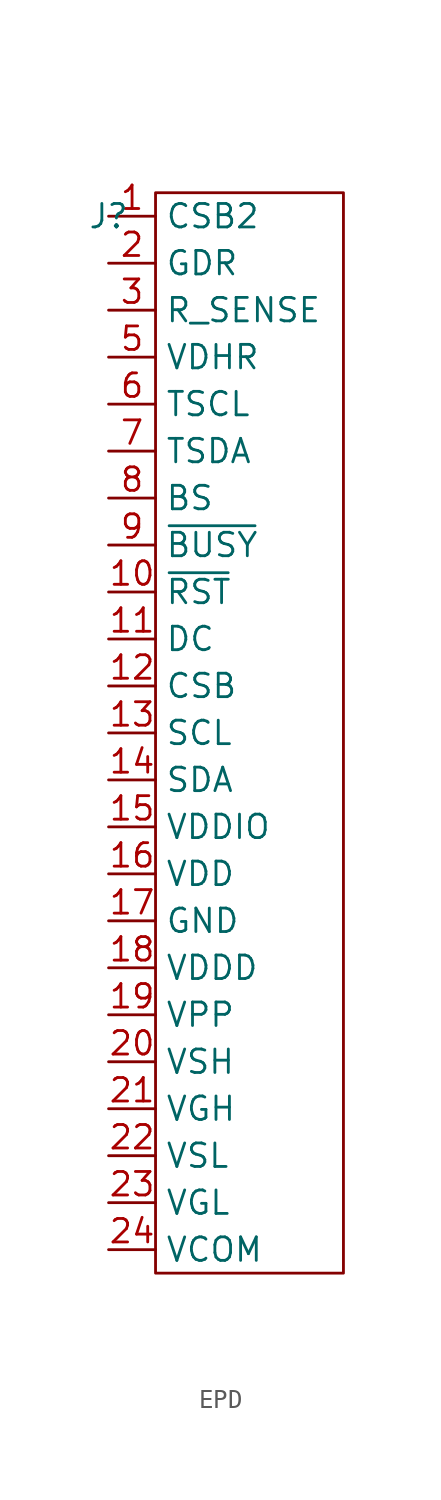
<source format=kicad_sym>
(kicad_symbol_lib
  (version 20231120)
  (generator "kicad_symbol_editor")
  (generator_version "8.0")
  (symbol "EPD"
    (property "Reference" "J"
      (at -3.81 25.4 0)
      (effects (font (size 1.27 1.27))))
    (property "Value" ""
      (at -3.81 25.4 0)
      (effects (font (size 1.27 1.27))))
    (symbol "EPD_0_0"
      (pin unspecified line (at -3.81 25.4 0) (length 2.54) (name "CSB2" (effects (font (size 1.27 1.27)))) (number "1" (effects (font (size 1.27 1.27)))))
      (pin input line (at -3.81 5.08 0) (length 2.54) (name "~{RST}" (effects (font (size 1.27 1.27)))) (number "10" (effects (font (size 1.27 1.27)))))
      (pin input line (at -3.81 2.54 0) (length 2.54) (name "DC" (effects (font (size 1.27 1.27)))) (number "11" (effects (font (size 1.27 1.27)))))
      (pin input line (at -3.81 0 0) (length 2.54) (name "CSB" (effects (font (size 1.27 1.27)))) (number "12" (effects (font (size 1.27 1.27)))))
      (pin bidirectional line (at -3.81 -2.54 0) (length 2.54) (name "SCL" (effects (font (size 1.27 1.27)))) (number "13" (effects (font (size 1.27 1.27)))))
      (pin bidirectional line (at -3.81 -5.08 0) (length 2.54) (name "SDA" (effects (font (size 1.27 1.27)))) (number "14" (effects (font (size 1.27 1.27)))))
      (pin power_in line (at -3.81 -7.62 0) (length 2.54) (name "VDDIO" (effects (font (size 1.27 1.27)))) (number "15" (effects (font (size 1.27 1.27)))))
      (pin power_in line (at -3.81 -10.16 0) (length 2.54) (name "VDD" (effects (font (size 1.27 1.27)))) (number "16" (effects (font (size 1.27 1.27)))))
      (pin input line (at -3.81 -12.7 0) (length 2.54) (name "GND" (effects (font (size 1.27 1.27)))) (number "17" (effects (font (size 1.27 1.27)))))
      (pin power_in line (at -3.81 -15.24 0) (length 2.54) (name "VDDD" (effects (font (size 1.27 1.27)))) (number "18" (effects (font (size 1.27 1.27)))))
      (pin power_in line (at -3.81 -17.78 0) (length 2.54) (name "VPP" (effects (font (size 1.27 1.27)))) (number "19" (effects (font (size 1.27 1.27)))))
      (pin output line (at -3.81 22.86 0) (length 2.54) (name "GDR" (effects (font (size 1.27 1.27)))) (number "2" (effects (font (size 1.27 1.27)))))
      (pin input line (at -3.81 -20.32 0) (length 2.54) (name "VSH" (effects (font (size 1.27 1.27)))) (number "20" (effects (font (size 1.27 1.27)))))
      (pin input line (at -3.81 -22.86 0) (length 2.54) (name "VGH" (effects (font (size 1.27 1.27)))) (number "21" (effects (font (size 1.27 1.27)))))
      (pin input line (at -3.81 -25.4 0) (length 2.54) (name "VSL" (effects (font (size 1.27 1.27)))) (number "22" (effects (font (size 1.27 1.27)))))
      (pin input line (at -3.81 -27.94 0) (length 2.54) (name "VGL" (effects (font (size 1.27 1.27)))) (number "23" (effects (font (size 1.27 1.27)))))
      (pin input line (at -3.81 -30.48 0) (length 2.54) (name "VCOM" (effects (font (size 1.27 1.27)))) (number "24" (effects (font (size 1.27 1.27)))))
      (pin input line (at -3.81 20.32 0) (length 2.54) (name "R_SENSE" (effects (font (size 1.27 1.27)))) (number "3" (effects (font (size 1.27 1.27)))))
      (pin input line (at -3.81 17.78 0) (length 2.54) (name "VDHR" (effects (font (size 1.27 1.27)))) (number "5" (effects (font (size 1.27 1.27)))))
      (pin bidirectional line (at -3.81 15.24 0) (length 2.54) (name "TSCL" (effects (font (size 1.27 1.27)))) (number "6" (effects (font (size 1.27 1.27)))))
      (pin bidirectional line (at -3.81 12.7 0) (length 2.54) (name "TSDA" (effects (font (size 1.27 1.27)))) (number "7" (effects (font (size 1.27 1.27)))))
      (pin input line (at -3.81 10.16 0) (length 2.54) (name "BS" (effects (font (size 1.27 1.27)))) (number "8" (effects (font (size 1.27 1.27)))))
      (pin output line (at -3.81 7.62 0) (length 2.54) (name "~{BUSY}" (effects (font (size 1.27 1.27)))) (number "9" (effects (font (size 1.27 1.27))))))
    (symbol "EPD_0_1"
      (rectangle (start -1.27 26.67) (end 8.89 -31.75) (stroke (width 0) (type default)) (fill (type none))))))
</source>
